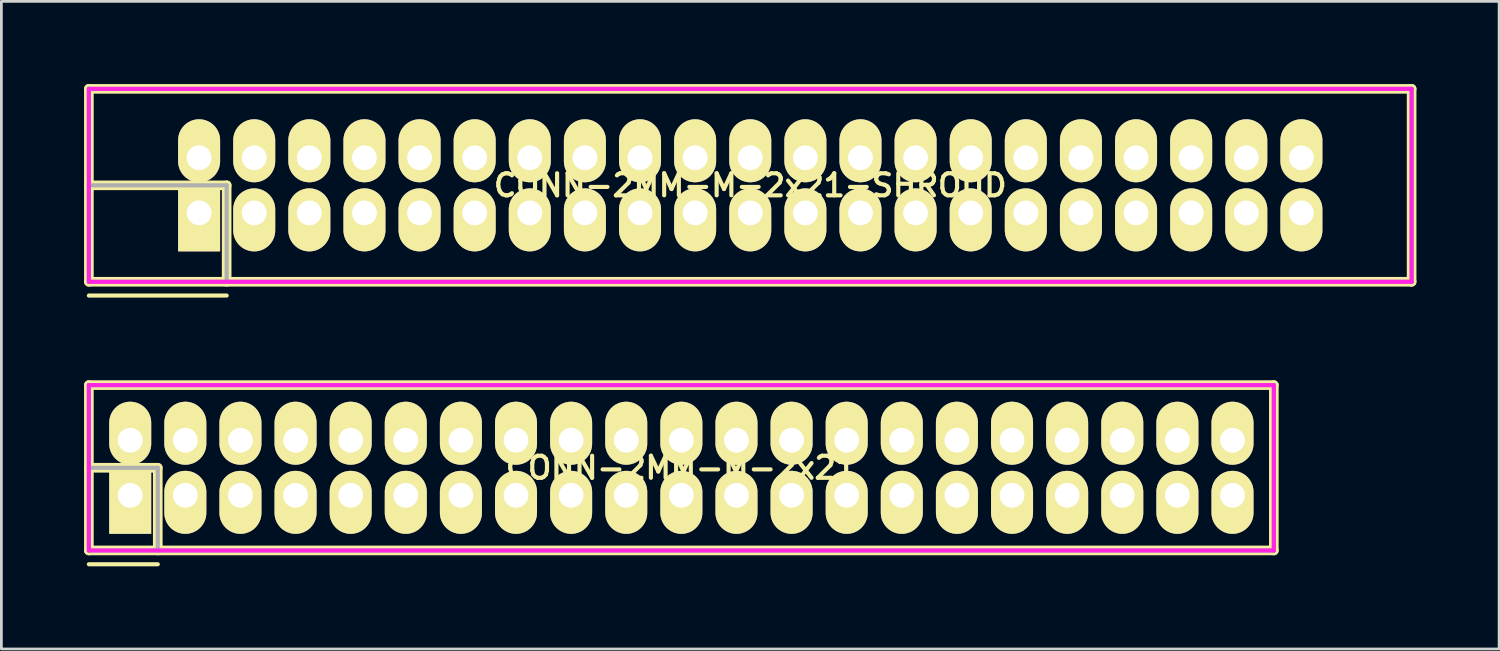
<source format=kicad_pcb>
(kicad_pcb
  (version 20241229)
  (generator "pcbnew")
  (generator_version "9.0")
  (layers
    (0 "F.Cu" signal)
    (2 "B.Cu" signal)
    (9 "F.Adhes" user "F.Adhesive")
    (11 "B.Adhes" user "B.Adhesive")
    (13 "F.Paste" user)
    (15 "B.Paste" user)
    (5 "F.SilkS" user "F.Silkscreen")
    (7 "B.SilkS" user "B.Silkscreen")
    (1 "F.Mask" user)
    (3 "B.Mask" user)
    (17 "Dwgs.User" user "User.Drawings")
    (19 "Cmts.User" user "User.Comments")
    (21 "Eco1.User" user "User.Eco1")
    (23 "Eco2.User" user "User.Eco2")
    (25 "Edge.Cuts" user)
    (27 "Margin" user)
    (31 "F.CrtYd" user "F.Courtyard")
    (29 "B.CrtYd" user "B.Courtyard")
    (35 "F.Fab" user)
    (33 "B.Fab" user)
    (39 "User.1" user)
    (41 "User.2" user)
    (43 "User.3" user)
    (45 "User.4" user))
  (footprint "CONN-2MM-M-2x21"
    (layer "F.Cu")
    (at 21.675 13.925)
    (property "Reference" "CONN-2MM-M-2x21" (at 0 0 0) (layer "F.SilkS") (effects (font (size 0.8 0.8) (thickness 0.15))))
    (attr through_hole)
    (fp_line (start -21.5 -3) (end 21.5 -3) (stroke (width 0.35) (type solid)) (layer "F.SilkS"))
    (fp_line (start -21.5 0) (end -19 0) (stroke (width 0.35) (type solid)) (layer "F.SilkS"))
    (fp_line (start -21.5 3) (end -21.5 -3) (stroke (width 0.35) (type solid)) (layer "F.SilkS"))
    (fp_line (start -21.5 3.5) (end -19 3.5) (stroke (width 0.15) (type solid)) (layer "F.SilkS"))
    (fp_line (start -19 0) (end -19 3) (stroke (width 0.35) (type solid)) (layer "F.SilkS"))
    (fp_line (start 21.5 -3) (end 21.5 3) (stroke (width 0.35) (type solid)) (layer "F.SilkS"))
    (fp_line (start 21.5 3) (end -21.5 3) (stroke (width 0.35) (type solid)) (layer "F.SilkS"))
    (fp_line (start -21.5 -3) (end 21.5 -3) (stroke (width 0.15) (type solid)) (layer "F.CrtYd"))
    (fp_line (start -21.5 3) (end -21.5 -3) (stroke (width 0.15) (type solid)) (layer "F.CrtYd"))
    (fp_line (start 21.5 -3) (end 21.5 3) (stroke (width 0.15) (type solid)) (layer "F.CrtYd"))
    (fp_line (start 21.5 3) (end -21.5 3) (stroke (width 0.15) (type solid)) (layer "F.CrtYd"))
    (fp_line (start -21.5 -3) (end 21.5 -3) (stroke (width 0.15) (type solid)) (layer "F.Fab"))
    (fp_line (start -21.5 0) (end -19 0) (stroke (width 0.15) (type solid)) (layer "F.Fab"))
    (fp_line (start -21.5 3) (end -21.5 -3) (stroke (width 0.15) (type solid)) (layer "F.Fab"))
    (fp_line (start -19 0) (end -19 3) (stroke (width 0.15) (type solid)) (layer "F.Fab"))
    (fp_line (start 21.5 -3) (end 21.5 3) (stroke (width 0.15) (type solid)) (layer "F.Fab"))
    (fp_line (start 21.5 3) (end -21.5 3) (stroke (width 0.15) (type solid)) (layer "F.Fab"))
    (pad "1" thru_hole rect (at -20 1) (size 1.524 2.286) (drill 0.9 (offset 0 0.254)) (layers "*.Cu" "*.Mask" "F.SilkS"))
    (pad "2" thru_hole oval (at -20 -1) (size 1.524 2.286) (drill 0.9 (offset 0 -0.254)) (layers "*.Cu" "*.Mask" "F.SilkS"))
    (pad "3" thru_hole oval (at -18 1) (size 1.524 2.286) (drill 0.9 (offset 0 0.254)) (layers "*.Cu" "*.Mask" "F.SilkS"))
    (pad "4" thru_hole oval (at -18 -1) (size 1.524 2.286) (drill 0.9 (offset 0 -0.254)) (layers "*.Cu" "*.Mask" "F.SilkS"))
    (pad "5" thru_hole oval (at -16 1) (size 1.524 2.286) (drill 0.9 (offset 0 0.254)) (layers "*.Cu" "*.Mask" "F.SilkS"))
    (pad "6" thru_hole oval (at -16 -1) (size 1.524 2.286) (drill 0.9 (offset 0 -0.254)) (layers "*.Cu" "*.Mask" "F.SilkS"))
    (pad "7" thru_hole oval (at -14 1) (size 1.524 2.286) (drill 0.9 (offset 0 0.254)) (layers "*.Cu" "*.Mask" "F.SilkS"))
    (pad "8" thru_hole oval (at -14 -1) (size 1.524 2.286) (drill 0.9 (offset 0 -0.254)) (layers "*.Cu" "*.Mask" "F.SilkS"))
    (pad "9" thru_hole oval (at -12 1) (size 1.524 2.286) (drill 0.9 (offset 0 0.254)) (layers "*.Cu" "*.Mask" "F.SilkS"))
    (pad "10" thru_hole oval (at -12 -1) (size 1.524 2.286) (drill 0.9 (offset 0 -0.254)) (layers "*.Cu" "*.Mask" "F.SilkS"))
    (pad "11" thru_hole oval (at -10 1) (size 1.524 2.286) (drill 0.9 (offset 0 0.254)) (layers "*.Cu" "*.Mask" "F.SilkS"))
    (pad "12" thru_hole oval (at -10 -1) (size 1.524 2.286) (drill 0.9 (offset 0 -0.254)) (layers "*.Cu" "*.Mask" "F.SilkS"))
    (pad "13" thru_hole oval (at -8 1) (size 1.524 2.286) (drill 0.9 (offset 0 0.254)) (layers "*.Cu" "*.Mask" "F.SilkS"))
    (pad "14" thru_hole oval (at -8 -1) (size 1.524 2.286) (drill 0.9 (offset 0 -0.254)) (layers "*.Cu" "*.Mask" "F.SilkS"))
    (pad "15" thru_hole oval (at -6 1) (size 1.524 2.286) (drill 0.9 (offset 0 0.254)) (layers "*.Cu" "*.Mask" "F.SilkS"))
    (pad "16" thru_hole oval (at -6 -1) (size 1.524 2.286) (drill 0.9 (offset 0 -0.254)) (layers "*.Cu" "*.Mask" "F.SilkS"))
    (pad "17" thru_hole oval (at -4 1) (size 1.524 2.286) (drill 0.9 (offset 0 0.254)) (layers "*.Cu" "*.Mask" "F.SilkS"))
    (pad "18" thru_hole oval (at -4 -1) (size 1.524 2.286) (drill 0.9 (offset 0 -0.254)) (layers "*.Cu" "*.Mask" "F.SilkS"))
    (pad "19" thru_hole oval (at -2 1) (size 1.524 2.286) (drill 0.9 (offset 0 0.254)) (layers "*.Cu" "*.Mask" "F.SilkS"))
    (pad "20" thru_hole oval (at -2 -1) (size 1.524 2.286) (drill 0.9 (offset 0 -0.254)) (layers "*.Cu" "*.Mask" "F.SilkS"))
    (pad "21" thru_hole oval (at 0 1) (size 1.524 2.286) (drill 0.9 (offset 0 0.254)) (layers "*.Cu" "*.Mask" "F.SilkS"))
    (pad "22" thru_hole oval (at 0 -1) (size 1.524 2.286) (drill 0.9 (offset 0 -0.254)) (layers "*.Cu" "*.Mask" "F.SilkS"))
    (pad "23" thru_hole oval (at 2 1) (size 1.524 2.286) (drill 0.9 (offset 0 0.254)) (layers "*.Cu" "*.Mask" "F.SilkS"))
    (pad "24" thru_hole oval (at 2 -1) (size 1.524 2.286) (drill 0.9 (offset 0 -0.254)) (layers "*.Cu" "*.Mask" "F.SilkS"))
    (pad "25" thru_hole oval (at 4 1) (size 1.524 2.286) (drill 0.9 (offset 0 0.254)) (layers "*.Cu" "*.Mask" "F.SilkS"))
    (pad "26" thru_hole oval (at 4 -1) (size 1.524 2.286) (drill 0.9 (offset 0 -0.254)) (layers "*.Cu" "*.Mask" "F.SilkS"))
    (pad "27" thru_hole oval (at 6 1) (size 1.524 2.286) (drill 0.9 (offset 0 0.254)) (layers "*.Cu" "*.Mask" "F.SilkS"))
    (pad "28" thru_hole oval (at 6 -1) (size 1.524 2.286) (drill 0.9 (offset 0 -0.254)) (layers "*.Cu" "*.Mask" "F.SilkS"))
    (pad "29" thru_hole oval (at 8 1) (size 1.524 2.286) (drill 0.9 (offset 0 0.254)) (layers "*.Cu" "*.Mask" "F.SilkS"))
    (pad "30" thru_hole oval (at 8 -1) (size 1.524 2.286) (drill 0.9 (offset 0 -0.254)) (layers "*.Cu" "*.Mask" "F.SilkS"))
    (pad "31" thru_hole oval (at 10 1) (size 1.524 2.286) (drill 0.9 (offset 0 0.254)) (layers "*.Cu" "*.Mask" "F.SilkS"))
    (pad "32" thru_hole oval (at 10 -1) (size 1.524 2.286) (drill 0.9 (offset 0 -0.254)) (layers "*.Cu" "*.Mask" "F.SilkS"))
    (pad "33" thru_hole oval (at 12 1) (size 1.524 2.286) (drill 0.9 (offset 0 0.254)) (layers "*.Cu" "*.Mask" "F.SilkS"))
    (pad "34" thru_hole oval (at 12 -1) (size 1.524 2.286) (drill 0.9 (offset 0 -0.254)) (layers "*.Cu" "*.Mask" "F.SilkS"))
    (pad "35" thru_hole oval (at 14 1) (size 1.524 2.286) (drill 0.9 (offset 0 0.254)) (layers "*.Cu" "*.Mask" "F.SilkS"))
    (pad "36" thru_hole oval (at 14 -1) (size 1.524 2.286) (drill 0.9 (offset 0 -0.254)) (layers "*.Cu" "*.Mask" "F.SilkS"))
    (pad "37" thru_hole oval (at 16 1) (size 1.524 2.286) (drill 0.9 (offset 0 0.254)) (layers "*.Cu" "*.Mask" "F.SilkS"))
    (pad "38" thru_hole oval (at 16 -1) (size 1.524 2.286) (drill 0.9 (offset 0 -0.254)) (layers "*.Cu" "*.Mask" "F.SilkS"))
    (pad "39" thru_hole oval (at 18 1) (size 1.524 2.286) (drill 0.9 (offset 0 0.254)) (layers "*.Cu" "*.Mask" "F.SilkS"))
    (pad "40" thru_hole oval (at 18 -1) (size 1.524 2.286) (drill 0.9 (offset 0 -0.254)) (layers "*.Cu" "*.Mask" "F.SilkS"))
    (pad "41" thru_hole oval (at 20 1) (size 1.524 2.286) (drill 0.9 (offset 0 0.254)) (layers "*.Cu" "*.Mask" "F.SilkS"))
    (pad "42" thru_hole oval (at 20 -1) (size 1.524 2.286) (drill 0.9 (offset 0 -0.254)) (layers "*.Cu" "*.Mask" "F.SilkS")))
  (footprint "CONN-2MM-M-2x21-SHROUD"
    (layer "F.Cu")
    (at 24.175 3.675)
    (property "Reference" "CONN-2MM-M-2x21-SHROUD" (at 0 0 0) (layer "F.SilkS") (effects (font (size 0.8 0.8) (thickness 0.15))))
    (attr through_hole)
    (fp_line (start -24 -3.5) (end 24 -3.5) (stroke (width 0.35) (type solid)) (layer "F.SilkS"))
    (fp_line (start -24 0) (end -19 0) (stroke (width 0.35) (type solid)) (layer "F.SilkS"))
    (fp_line (start -24 3.5) (end -24 -3.5) (stroke (width 0.35) (type solid)) (layer "F.SilkS"))
    (fp_line (start -24 4) (end -19 4) (stroke (width 0.15) (type solid)) (layer "F.SilkS"))
    (fp_line (start -19 0) (end -19 3.5) (stroke (width 0.35) (type solid)) (layer "F.SilkS"))
    (fp_line (start 24 -3.5) (end 24 3.5) (stroke (width 0.35) (type solid)) (layer "F.SilkS"))
    (fp_line (start 24 3.5) (end -24 3.5) (stroke (width 0.35) (type solid)) (layer "F.SilkS"))
    (fp_line (start -24 -3.5) (end 24 -3.5) (stroke (width 0.15) (type solid)) (layer "F.CrtYd"))
    (fp_line (start -24 3.5) (end -24 -3.5) (stroke (width 0.15) (type solid)) (layer "F.CrtYd"))
    (fp_line (start 24 -3.5) (end 24 3.5) (stroke (width 0.15) (type solid)) (layer "F.CrtYd"))
    (fp_line (start 24 3.5) (end -24 3.5) (stroke (width 0.15) (type solid)) (layer "F.CrtYd"))
    (fp_line (start -24 -3.5) (end 24 -3.5) (stroke (width 0.15) (type solid)) (layer "F.Fab"))
    (fp_line (start -24 0) (end -19 0) (stroke (width 0.15) (type solid)) (layer "F.Fab"))
    (fp_line (start -24 3.5) (end -24 -3.5) (stroke (width 0.15) (type solid)) (layer "F.Fab"))
    (fp_line (start -19 0) (end -19 3.5) (stroke (width 0.15) (type solid)) (layer "F.Fab"))
    (fp_line (start 24 -3.5) (end 24 3.5) (stroke (width 0.15) (type solid)) (layer "F.Fab"))
    (fp_line (start 24 3.5) (end -24 3.5) (stroke (width 0.15) (type solid)) (layer "F.Fab"))
    (pad "1" thru_hole rect (at -20 1) (size 1.524 2.286) (drill 0.9 (offset 0 0.254)) (layers "*.Cu" "*.Mask" "F.SilkS"))
    (pad "2" thru_hole oval (at -20 -1) (size 1.524 2.286) (drill 0.9 (offset 0 -0.254)) (layers "*.Cu" "*.Mask" "F.SilkS"))
    (pad "3" thru_hole oval (at -18 1) (size 1.524 2.286) (drill 0.9 (offset 0 0.254)) (layers "*.Cu" "*.Mask" "F.SilkS"))
    (pad "4" thru_hole oval (at -18 -1) (size 1.524 2.286) (drill 0.9 (offset 0 -0.254)) (layers "*.Cu" "*.Mask" "F.SilkS"))
    (pad "5" thru_hole oval (at -16 1) (size 1.524 2.286) (drill 0.9 (offset 0 0.254)) (layers "*.Cu" "*.Mask" "F.SilkS"))
    (pad "6" thru_hole oval (at -16 -1) (size 1.524 2.286) (drill 0.9 (offset 0 -0.254)) (layers "*.Cu" "*.Mask" "F.SilkS"))
    (pad "7" thru_hole oval (at -14 1) (size 1.524 2.286) (drill 0.9 (offset 0 0.254)) (layers "*.Cu" "*.Mask" "F.SilkS"))
    (pad "8" thru_hole oval (at -14 -1) (size 1.524 2.286) (drill 0.9 (offset 0 -0.254)) (layers "*.Cu" "*.Mask" "F.SilkS"))
    (pad "9" thru_hole oval (at -12 1) (size 1.524 2.286) (drill 0.9 (offset 0 0.254)) (layers "*.Cu" "*.Mask" "F.SilkS"))
    (pad "10" thru_hole oval (at -12 -1) (size 1.524 2.286) (drill 0.9 (offset 0 -0.254)) (layers "*.Cu" "*.Mask" "F.SilkS"))
    (pad "11" thru_hole oval (at -10 1) (size 1.524 2.286) (drill 0.9 (offset 0 0.254)) (layers "*.Cu" "*.Mask" "F.SilkS"))
    (pad "12" thru_hole oval (at -10 -1) (size 1.524 2.286) (drill 0.9 (offset 0 -0.254)) (layers "*.Cu" "*.Mask" "F.SilkS"))
    (pad "13" thru_hole oval (at -8 1) (size 1.524 2.286) (drill 0.9 (offset 0 0.254)) (layers "*.Cu" "*.Mask" "F.SilkS"))
    (pad "14" thru_hole oval (at -8 -1) (size 1.524 2.286) (drill 0.9 (offset 0 -0.254)) (layers "*.Cu" "*.Mask" "F.SilkS"))
    (pad "15" thru_hole oval (at -6 1) (size 1.524 2.286) (drill 0.9 (offset 0 0.254)) (layers "*.Cu" "*.Mask" "F.SilkS"))
    (pad "16" thru_hole oval (at -6 -1) (size 1.524 2.286) (drill 0.9 (offset 0 -0.254)) (layers "*.Cu" "*.Mask" "F.SilkS"))
    (pad "17" thru_hole oval (at -4 1) (size 1.524 2.286) (drill 0.9 (offset 0 0.254)) (layers "*.Cu" "*.Mask" "F.SilkS"))
    (pad "18" thru_hole oval (at -4 -1) (size 1.524 2.286) (drill 0.9 (offset 0 -0.254)) (layers "*.Cu" "*.Mask" "F.SilkS"))
    (pad "19" thru_hole oval (at -2 1) (size 1.524 2.286) (drill 0.9 (offset 0 0.254)) (layers "*.Cu" "*.Mask" "F.SilkS"))
    (pad "20" thru_hole oval (at -2 -1) (size 1.524 2.286) (drill 0.9 (offset 0 -0.254)) (layers "*.Cu" "*.Mask" "F.SilkS"))
    (pad "21" thru_hole oval (at 0 1) (size 1.524 2.286) (drill 0.9 (offset 0 0.254)) (layers "*.Cu" "*.Mask" "F.SilkS"))
    (pad "22" thru_hole oval (at 0 -1) (size 1.524 2.286) (drill 0.9 (offset 0 -0.254)) (layers "*.Cu" "*.Mask" "F.SilkS"))
    (pad "23" thru_hole oval (at 2 1) (size 1.524 2.286) (drill 0.9 (offset 0 0.254)) (layers "*.Cu" "*.Mask" "F.SilkS"))
    (pad "24" thru_hole oval (at 2 -1) (size 1.524 2.286) (drill 0.9 (offset 0 -0.254)) (layers "*.Cu" "*.Mask" "F.SilkS"))
    (pad "25" thru_hole oval (at 4 1) (size 1.524 2.286) (drill 0.9 (offset 0 0.254)) (layers "*.Cu" "*.Mask" "F.SilkS"))
    (pad "26" thru_hole oval (at 4 -1) (size 1.524 2.286) (drill 0.9 (offset 0 -0.254)) (layers "*.Cu" "*.Mask" "F.SilkS"))
    (pad "27" thru_hole oval (at 6 1) (size 1.524 2.286) (drill 0.9 (offset 0 0.254)) (layers "*.Cu" "*.Mask" "F.SilkS"))
    (pad "28" thru_hole oval (at 6 -1) (size 1.524 2.286) (drill 0.9 (offset 0 -0.254)) (layers "*.Cu" "*.Mask" "F.SilkS"))
    (pad "29" thru_hole oval (at 8 1) (size 1.524 2.286) (drill 0.9 (offset 0 0.254)) (layers "*.Cu" "*.Mask" "F.SilkS"))
    (pad "30" thru_hole oval (at 8 -1) (size 1.524 2.286) (drill 0.9 (offset 0 -0.254)) (layers "*.Cu" "*.Mask" "F.SilkS"))
    (pad "31" thru_hole oval (at 10 1) (size 1.524 2.286) (drill 0.9 (offset 0 0.254)) (layers "*.Cu" "*.Mask" "F.SilkS"))
    (pad "32" thru_hole oval (at 10 -1) (size 1.524 2.286) (drill 0.9 (offset 0 -0.254)) (layers "*.Cu" "*.Mask" "F.SilkS"))
    (pad "33" thru_hole oval (at 12 1) (size 1.524 2.286) (drill 0.9 (offset 0 0.254)) (layers "*.Cu" "*.Mask" "F.SilkS"))
    (pad "34" thru_hole oval (at 12 -1) (size 1.524 2.286) (drill 0.9 (offset 0 -0.254)) (layers "*.Cu" "*.Mask" "F.SilkS"))
    (pad "35" thru_hole oval (at 14 1) (size 1.524 2.286) (drill 0.9 (offset 0 0.254)) (layers "*.Cu" "*.Mask" "F.SilkS"))
    (pad "36" thru_hole oval (at 14 -1) (size 1.524 2.286) (drill 0.9 (offset 0 -0.254)) (layers "*.Cu" "*.Mask" "F.SilkS"))
    (pad "37" thru_hole oval (at 16 1) (size 1.524 2.286) (drill 0.9 (offset 0 0.254)) (layers "*.Cu" "*.Mask" "F.SilkS"))
    (pad "38" thru_hole oval (at 16 -1) (size 1.524 2.286) (drill 0.9 (offset 0 -0.254)) (layers "*.Cu" "*.Mask" "F.SilkS"))
    (pad "39" thru_hole oval (at 18 1) (size 1.524 2.286) (drill 0.9 (offset 0 0.254)) (layers "*.Cu" "*.Mask" "F.SilkS"))
    (pad "40" thru_hole oval (at 18 -1) (size 1.524 2.286) (drill 0.9 (offset 0 -0.254)) (layers "*.Cu" "*.Mask" "F.SilkS"))
    (pad "41" thru_hole oval (at 20 1) (size 1.524 2.286) (drill 0.9 (offset 0 0.254)) (layers "*.Cu" "*.Mask" "F.SilkS"))
    (pad "42" thru_hole oval (at 20 -1) (size 1.524 2.286) (drill 0.9 (offset 0 -0.254)) (layers "*.Cu" "*.Mask" "F.SilkS")))
  (gr_rect
    (start -3 -3)
    (end 51.35 20.5)
    (stroke (width 0.1) (type default))
    (fill no)
    (layer "Edge.Cuts")))
</source>
